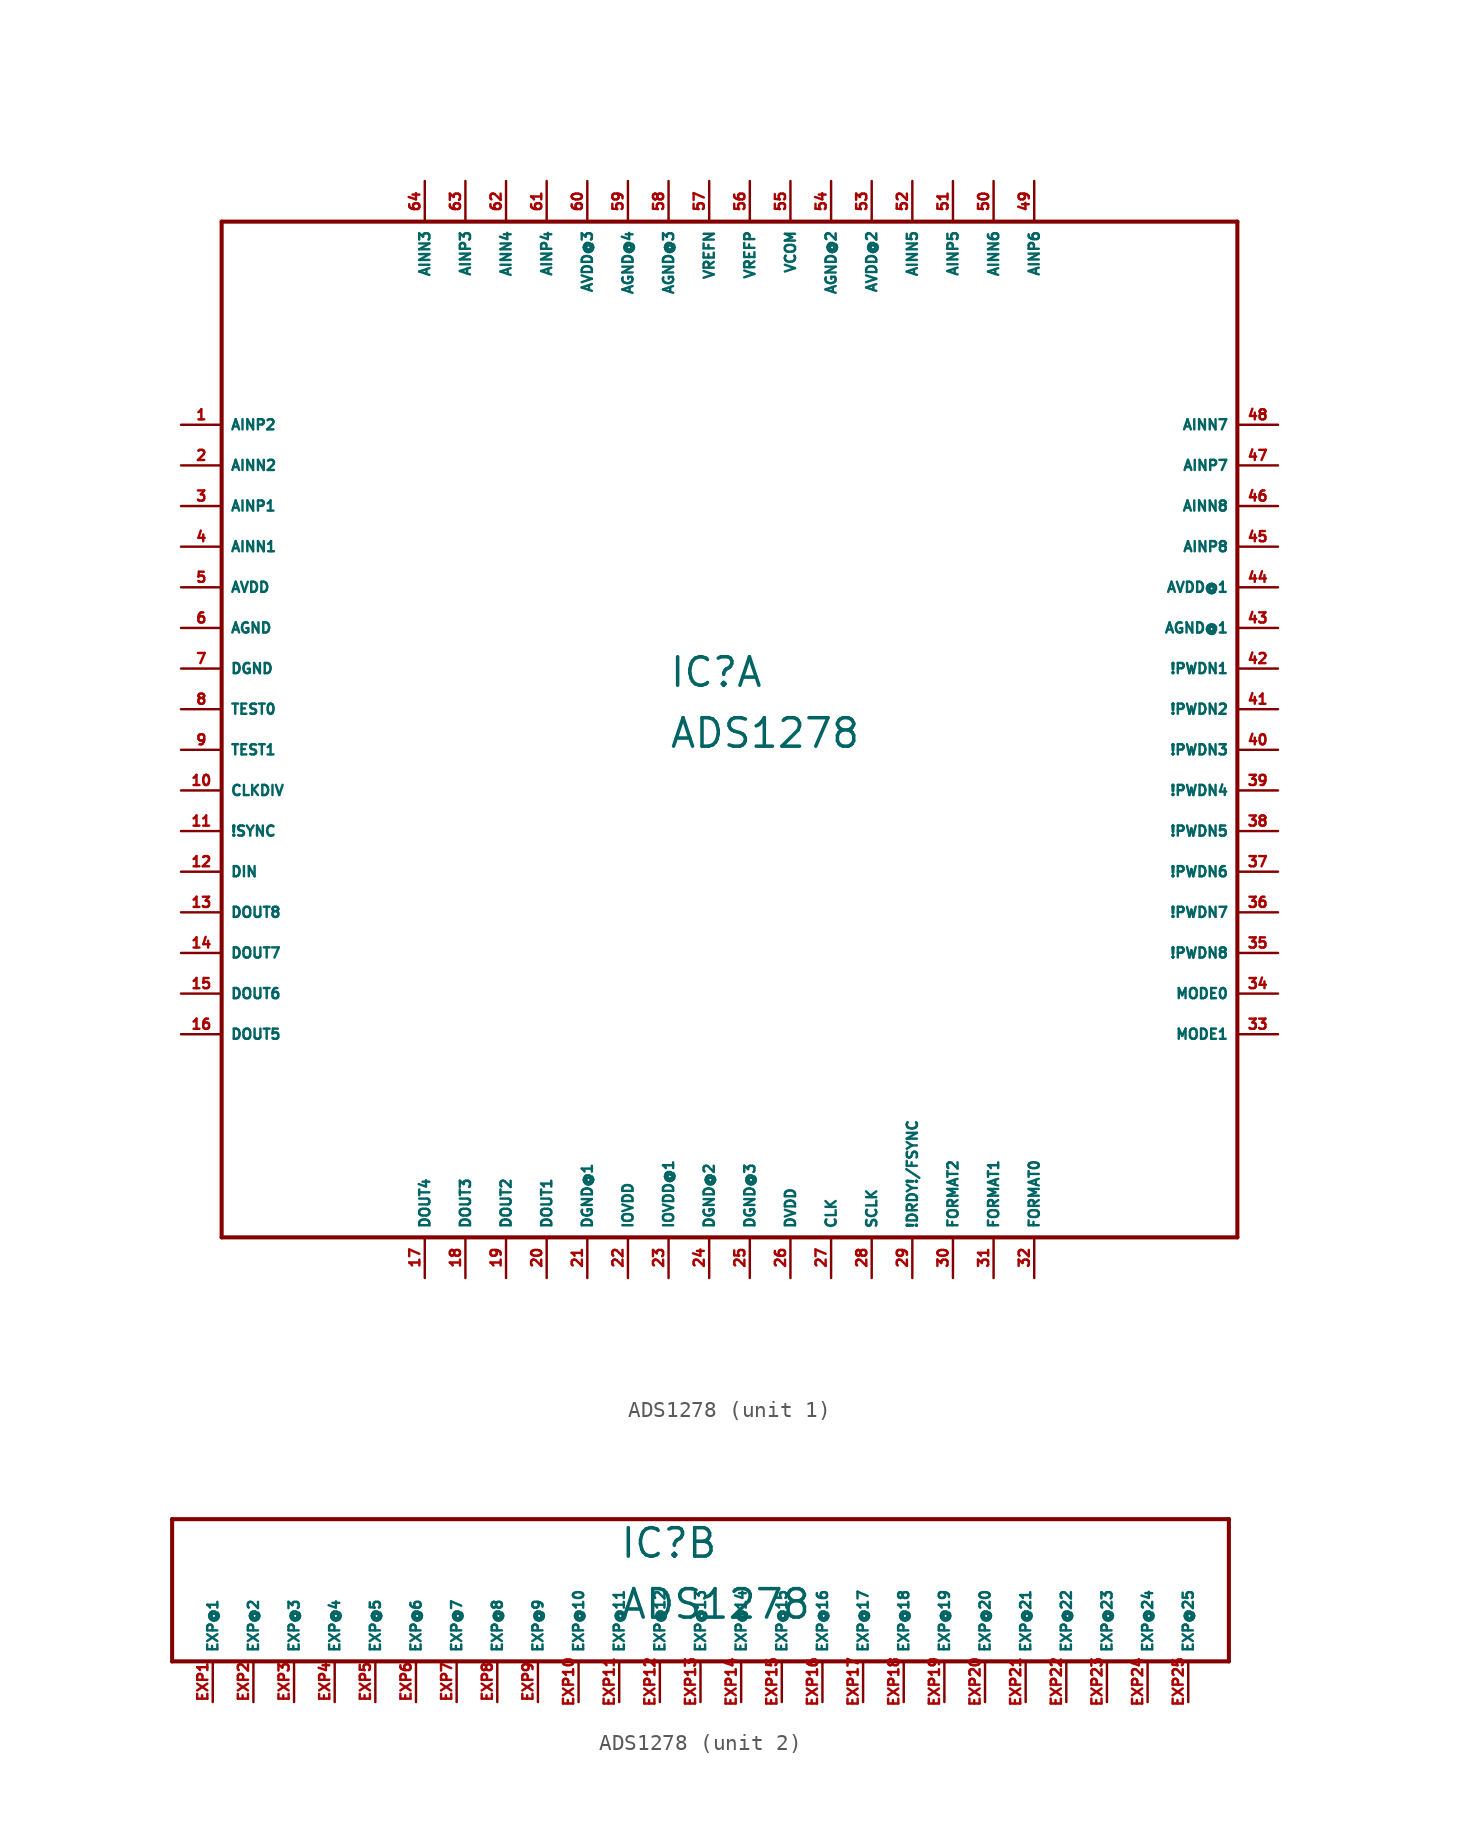
<source format=kicad_sym>
(kicad_symbol_lib
  (version 20220914)
  (generator Eagle2Kicad)
  (symbol "ADS1278"
    (property "Reference" "IC"
      (at -5.08 1.27 0)
      (effects (font (size 1.778 1.778) (thickness 0.22)) (justify left bottom)))
    (property "Value" "ADS1278"
      (at -5.08 -2.54 0)
      (effects (font (size 1.778 1.778) (thickness 0.22)) (justify left bottom)))
    (symbol "ADS1278_1_0"
      (polyline (pts (xy -33.02 -33.02) (xy 30.48 -33.02)) (stroke (width 0.254) (type default)) (fill (type none)))
      (polyline (pts (xy 30.48 -33.02) (xy 30.48 30.48)) (stroke (width 0.254) (type default)) (fill (type none)))
      (polyline (pts (xy 30.48 30.48) (xy -33.02 30.48)) (stroke (width 0.254) (type default)) (fill (type none)))
      (polyline (pts (xy -33.02 30.48) (xy -33.02 -33.02)) (stroke (width 0.254) (type default)) (fill (type none)))
      (pin input line (at -35.56 17.78 0) (length 2.54) (name "AINP2" (effects (font (size 0.635 0.635) (thickness 0.08)) (justify left bottom))) (number "1" (effects (font (size 0.635 0.635) (thickness 0.08)) (justify left bottom))))
      (pin input line (at -35.56 15.24 0) (length 2.54) (name "AINN2" (effects (font (size 0.635 0.635) (thickness 0.08)) (justify left bottom))) (number "2" (effects (font (size 0.635 0.635) (thickness 0.08)) (justify left bottom))))
      (pin input line (at -35.56 12.7 0) (length 2.54) (name "AINP1" (effects (font (size 0.635 0.635) (thickness 0.08)) (justify left bottom))) (number "3" (effects (font (size 0.635 0.635) (thickness 0.08)) (justify left bottom))))
      (pin input line (at -35.56 10.16 0) (length 2.54) (name "AINN1" (effects (font (size 0.635 0.635) (thickness 0.08)) (justify left bottom))) (number "4" (effects (font (size 0.635 0.635) (thickness 0.08)) (justify left bottom))))
      (pin unspecified line (at -35.56 7.62 0) (length 2.54) (name "AVDD" (effects (font (size 0.635 0.635) (thickness 0.08)) (justify left bottom))) (number "5" (effects (font (size 0.635 0.635) (thickness 0.08)) (justify left bottom))))
      (pin unspecified line (at -35.56 5.08 0) (length 2.54) (name "AGND" (effects (font (size 0.635 0.635) (thickness 0.08)) (justify left bottom))) (number "6" (effects (font (size 0.635 0.635) (thickness 0.08)) (justify left bottom))))
      (pin unspecified line (at -35.56 2.54 0) (length 2.54) (name "DGND" (effects (font (size 0.635 0.635) (thickness 0.08)) (justify left bottom))) (number "7" (effects (font (size 0.635 0.635) (thickness 0.08)) (justify left bottom))))
      (pin input line (at -35.56 0 0) (length 2.54) (name "TEST0" (effects (font (size 0.635 0.635) (thickness 0.08)) (justify left bottom))) (number "8" (effects (font (size 0.635 0.635) (thickness 0.08)) (justify left bottom))))
      (pin input line (at -35.56 -2.54 0) (length 2.54) (name "TEST1" (effects (font (size 0.635 0.635) (thickness 0.08)) (justify left bottom))) (number "9" (effects (font (size 0.635 0.635) (thickness 0.08)) (justify left bottom))))
      (pin input line (at -35.56 -5.08 0) (length 2.54) (name "CLKDIV" (effects (font (size 0.635 0.635) (thickness 0.08)) (justify left bottom))) (number "10" (effects (font (size 0.635 0.635) (thickness 0.08)) (justify left bottom))))
      (pin input line (at -35.56 -7.62 0) (length 2.54) (name "!SYNC" (effects (font (size 0.635 0.635) (thickness 0.08)) (justify left bottom))) (number "11" (effects (font (size 0.635 0.635) (thickness 0.08)) (justify left bottom))))
      (pin input line (at -35.56 -10.16 0) (length 2.54) (name "DIN" (effects (font (size 0.635 0.635) (thickness 0.08)) (justify left bottom))) (number "12" (effects (font (size 0.635 0.635) (thickness 0.08)) (justify left bottom))))
      (pin output line (at -35.56 -12.7 0) (length 2.54) (name "DOUT8" (effects (font (size 0.635 0.635) (thickness 0.08)) (justify left bottom))) (number "13" (effects (font (size 0.635 0.635) (thickness 0.08)) (justify left bottom))))
      (pin output line (at -35.56 -15.24 0) (length 2.54) (name "DOUT7" (effects (font (size 0.635 0.635) (thickness 0.08)) (justify left bottom))) (number "14" (effects (font (size 0.635 0.635) (thickness 0.08)) (justify left bottom))))
      (pin output line (at -35.56 -17.78 0) (length 2.54) (name "DOUT6" (effects (font (size 0.635 0.635) (thickness 0.08)) (justify left bottom))) (number "15" (effects (font (size 0.635 0.635) (thickness 0.08)) (justify left bottom))))
      (pin output line (at -35.56 -20.32 0) (length 2.54) (name "DOUT5" (effects (font (size 0.635 0.635) (thickness 0.08)) (justify left bottom))) (number "16" (effects (font (size 0.635 0.635) (thickness 0.08)) (justify left bottom))))
      (pin output line (at -20.32 -35.56 90) (length 2.54) (name "DOUT4" (effects (font (size 0.635 0.635) (thickness 0.08)) (justify left bottom))) (number "17" (effects (font (size 0.635 0.635) (thickness 0.08)) (justify left bottom))))
      (pin output line (at -17.78 -35.56 90) (length 2.54) (name "DOUT3" (effects (font (size 0.635 0.635) (thickness 0.08)) (justify left bottom))) (number "18" (effects (font (size 0.635 0.635) (thickness 0.08)) (justify left bottom))))
      (pin output line (at -15.24 -35.56 90) (length 2.54) (name "DOUT2" (effects (font (size 0.635 0.635) (thickness 0.08)) (justify left bottom))) (number "19" (effects (font (size 0.635 0.635) (thickness 0.08)) (justify left bottom))))
      (pin output line (at -12.7 -35.56 90) (length 2.54) (name "DOUT1" (effects (font (size 0.635 0.635) (thickness 0.08)) (justify left bottom))) (number "20" (effects (font (size 0.635 0.635) (thickness 0.08)) (justify left bottom))))
      (pin unspecified line (at -10.16 -35.56 90) (length 2.54) (name "DGND@1" (effects (font (size 0.635 0.635) (thickness 0.08)) (justify left bottom))) (number "21" (effects (font (size 0.635 0.635) (thickness 0.08)) (justify left bottom))))
      (pin unspecified line (at -7.62 -35.56 90) (length 2.54) (name "IOVDD" (effects (font (size 0.635 0.635) (thickness 0.08)) (justify left bottom))) (number "22" (effects (font (size 0.635 0.635) (thickness 0.08)) (justify left bottom))))
      (pin unspecified line (at -5.08 -35.56 90) (length 2.54) (name "IOVDD@1" (effects (font (size 0.635 0.635) (thickness 0.08)) (justify left bottom))) (number "23" (effects (font (size 0.635 0.635) (thickness 0.08)) (justify left bottom))))
      (pin unspecified line (at -2.54 -35.56 90) (length 2.54) (name "DGND@2" (effects (font (size 0.635 0.635) (thickness 0.08)) (justify left bottom))) (number "24" (effects (font (size 0.635 0.635) (thickness 0.08)) (justify left bottom))))
      (pin unspecified line (at 0 -35.56 90) (length 2.54) (name "DGND@3" (effects (font (size 0.635 0.635) (thickness 0.08)) (justify left bottom))) (number "25" (effects (font (size 0.635 0.635) (thickness 0.08)) (justify left bottom))))
      (pin unspecified line (at 2.54 -35.56 90) (length 2.54) (name "DVDD" (effects (font (size 0.635 0.635) (thickness 0.08)) (justify left bottom))) (number "26" (effects (font (size 0.635 0.635) (thickness 0.08)) (justify left bottom))))
      (pin input line (at 5.08 -35.56 90) (length 2.54) (name "CLK" (effects (font (size 0.635 0.635) (thickness 0.08)) (justify left bottom))) (number "27" (effects (font (size 0.635 0.635) (thickness 0.08)) (justify left bottom))))
      (pin bidirectional line (at 7.62 -35.56 90) (length 2.54) (name "SCLK" (effects (font (size 0.635 0.635) (thickness 0.08)) (justify left bottom))) (number "28" (effects (font (size 0.635 0.635) (thickness 0.08)) (justify left bottom))))
      (pin bidirectional line (at 10.16 -35.56 90) (length 2.54) (name "!DRDY!/FSYNC" (effects (font (size 0.635 0.635) (thickness 0.08)) (justify left bottom))) (number "29" (effects (font (size 0.635 0.635) (thickness 0.08)) (justify left bottom))))
      (pin input line (at 12.7 -35.56 90) (length 2.54) (name "FORMAT2" (effects (font (size 0.635 0.635) (thickness 0.08)) (justify left bottom))) (number "30" (effects (font (size 0.635 0.635) (thickness 0.08)) (justify left bottom))))
      (pin input line (at 15.24 -35.56 90) (length 2.54) (name "FORMAT1" (effects (font (size 0.635 0.635) (thickness 0.08)) (justify left bottom))) (number "31" (effects (font (size 0.635 0.635) (thickness 0.08)) (justify left bottom))))
      (pin input line (at 17.78 -35.56 90) (length 2.54) (name "FORMAT0" (effects (font (size 0.635 0.635) (thickness 0.08)) (justify left bottom))) (number "32" (effects (font (size 0.635 0.635) (thickness 0.08)) (justify left bottom))))
      (pin input line (at 33.02 -20.32 180) (length 2.54) (name "MODE1" (effects (font (size 0.635 0.635) (thickness 0.08)) (justify left bottom))) (number "33" (effects (font (size 0.635 0.635) (thickness 0.08)) (justify left bottom))))
      (pin input line (at 33.02 -17.78 180) (length 2.54) (name "MODE0" (effects (font (size 0.635 0.635) (thickness 0.08)) (justify left bottom))) (number "34" (effects (font (size 0.635 0.635) (thickness 0.08)) (justify left bottom))))
      (pin input line (at 33.02 -15.24 180) (length 2.54) (name "!PWDN8" (effects (font (size 0.635 0.635) (thickness 0.08)) (justify left bottom))) (number "35" (effects (font (size 0.635 0.635) (thickness 0.08)) (justify left bottom))))
      (pin input line (at 33.02 -12.7 180) (length 2.54) (name "!PWDN7" (effects (font (size 0.635 0.635) (thickness 0.08)) (justify left bottom))) (number "36" (effects (font (size 0.635 0.635) (thickness 0.08)) (justify left bottom))))
      (pin input line (at 33.02 -10.16 180) (length 2.54) (name "!PWDN6" (effects (font (size 0.635 0.635) (thickness 0.08)) (justify left bottom))) (number "37" (effects (font (size 0.635 0.635) (thickness 0.08)) (justify left bottom))))
      (pin input line (at 33.02 -7.62 180) (length 2.54) (name "!PWDN5" (effects (font (size 0.635 0.635) (thickness 0.08)) (justify left bottom))) (number "38" (effects (font (size 0.635 0.635) (thickness 0.08)) (justify left bottom))))
      (pin input line (at 33.02 -5.08 180) (length 2.54) (name "!PWDN4" (effects (font (size 0.635 0.635) (thickness 0.08)) (justify left bottom))) (number "39" (effects (font (size 0.635 0.635) (thickness 0.08)) (justify left bottom))))
      (pin input line (at 33.02 -2.54 180) (length 2.54) (name "!PWDN3" (effects (font (size 0.635 0.635) (thickness 0.08)) (justify left bottom))) (number "40" (effects (font (size 0.635 0.635) (thickness 0.08)) (justify left bottom))))
      (pin input line (at 33.02 0 180) (length 2.54) (name "!PWDN2" (effects (font (size 0.635 0.635) (thickness 0.08)) (justify left bottom))) (number "41" (effects (font (size 0.635 0.635) (thickness 0.08)) (justify left bottom))))
      (pin input line (at 33.02 2.54 180) (length 2.54) (name "!PWDN1" (effects (font (size 0.635 0.635) (thickness 0.08)) (justify left bottom))) (number "42" (effects (font (size 0.635 0.635) (thickness 0.08)) (justify left bottom))))
      (pin unspecified line (at 33.02 5.08 180) (length 2.54) (name "AGND@1" (effects (font (size 0.635 0.635) (thickness 0.08)) (justify left bottom))) (number "43" (effects (font (size 0.635 0.635) (thickness 0.08)) (justify left bottom))))
      (pin unspecified line (at 33.02 7.62 180) (length 2.54) (name "AVDD@1" (effects (font (size 0.635 0.635) (thickness 0.08)) (justify left bottom))) (number "44" (effects (font (size 0.635 0.635) (thickness 0.08)) (justify left bottom))))
      (pin input line (at 33.02 10.16 180) (length 2.54) (name "AINP8" (effects (font (size 0.635 0.635) (thickness 0.08)) (justify left bottom))) (number "45" (effects (font (size 0.635 0.635) (thickness 0.08)) (justify left bottom))))
      (pin input line (at 33.02 12.7 180) (length 2.54) (name "AINN8" (effects (font (size 0.635 0.635) (thickness 0.08)) (justify left bottom))) (number "46" (effects (font (size 0.635 0.635) (thickness 0.08)) (justify left bottom))))
      (pin input line (at 33.02 15.24 180) (length 2.54) (name "AINP7" (effects (font (size 0.635 0.635) (thickness 0.08)) (justify left bottom))) (number "47" (effects (font (size 0.635 0.635) (thickness 0.08)) (justify left bottom))))
      (pin input line (at 33.02 17.78 180) (length 2.54) (name "AINN7" (effects (font (size 0.635 0.635) (thickness 0.08)) (justify left bottom))) (number "48" (effects (font (size 0.635 0.635) (thickness 0.08)) (justify left bottom))))
      (pin input line (at 17.78 33.02 270) (length 2.54) (name "AINP6" (effects (font (size 0.635 0.635) (thickness 0.08)) (justify left bottom))) (number "49" (effects (font (size 0.635 0.635) (thickness 0.08)) (justify left bottom))))
      (pin input line (at 15.24 33.02 270) (length 2.54) (name "AINN6" (effects (font (size 0.635 0.635) (thickness 0.08)) (justify left bottom))) (number "50" (effects (font (size 0.635 0.635) (thickness 0.08)) (justify left bottom))))
      (pin input line (at 12.7 33.02 270) (length 2.54) (name "AINP5" (effects (font (size 0.635 0.635) (thickness 0.08)) (justify left bottom))) (number "51" (effects (font (size 0.635 0.635) (thickness 0.08)) (justify left bottom))))
      (pin input line (at 10.16 33.02 270) (length 2.54) (name "AINN5" (effects (font (size 0.635 0.635) (thickness 0.08)) (justify left bottom))) (number "52" (effects (font (size 0.635 0.635) (thickness 0.08)) (justify left bottom))))
      (pin unspecified line (at 7.62 33.02 270) (length 2.54) (name "AVDD@2" (effects (font (size 0.635 0.635) (thickness 0.08)) (justify left bottom))) (number "53" (effects (font (size 0.635 0.635) (thickness 0.08)) (justify left bottom))))
      (pin unspecified line (at 5.08 33.02 270) (length 2.54) (name "AGND@2" (effects (font (size 0.635 0.635) (thickness 0.08)) (justify left bottom))) (number "54" (effects (font (size 0.635 0.635) (thickness 0.08)) (justify left bottom))))
      (pin output line (at 2.54 33.02 270) (length 2.54) (name "VCOM" (effects (font (size 0.635 0.635) (thickness 0.08)) (justify left bottom))) (number "55" (effects (font (size 0.635 0.635) (thickness 0.08)) (justify left bottom))))
      (pin input line (at 0 33.02 270) (length 2.54) (name "VREFP" (effects (font (size 0.635 0.635) (thickness 0.08)) (justify left bottom))) (number "56" (effects (font (size 0.635 0.635) (thickness 0.08)) (justify left bottom))))
      (pin input line (at -2.54 33.02 270) (length 2.54) (name "VREFN" (effects (font (size 0.635 0.635) (thickness 0.08)) (justify left bottom))) (number "57" (effects (font (size 0.635 0.635) (thickness 0.08)) (justify left bottom))))
      (pin unspecified line (at -5.08 33.02 270) (length 2.54) (name "AGND@3" (effects (font (size 0.635 0.635) (thickness 0.08)) (justify left bottom))) (number "58" (effects (font (size 0.635 0.635) (thickness 0.08)) (justify left bottom))))
      (pin unspecified line (at -7.62 33.02 270) (length 2.54) (name "AGND@4" (effects (font (size 0.635 0.635) (thickness 0.08)) (justify left bottom))) (number "59" (effects (font (size 0.635 0.635) (thickness 0.08)) (justify left bottom))))
      (pin unspecified line (at -10.16 33.02 270) (length 2.54) (name "AVDD@3" (effects (font (size 0.635 0.635) (thickness 0.08)) (justify left bottom))) (number "60" (effects (font (size 0.635 0.635) (thickness 0.08)) (justify left bottom))))
      (pin input line (at -12.7 33.02 270) (length 2.54) (name "AINP4" (effects (font (size 0.635 0.635) (thickness 0.08)) (justify left bottom))) (number "61" (effects (font (size 0.635 0.635) (thickness 0.08)) (justify left bottom))))
      (pin input line (at -15.24 33.02 270) (length 2.54) (name "AINN4" (effects (font (size 0.635 0.635) (thickness 0.08)) (justify left bottom))) (number "62" (effects (font (size 0.635 0.635) (thickness 0.08)) (justify left bottom))))
      (pin input line (at -17.78 33.02 270) (length 2.54) (name "AINP3" (effects (font (size 0.635 0.635) (thickness 0.08)) (justify left bottom))) (number "63" (effects (font (size 0.635 0.635) (thickness 0.08)) (justify left bottom))))
      (pin input line (at -20.32 33.02 270) (length 2.54) (name "AINN3" (effects (font (size 0.635 0.635) (thickness 0.08)) (justify left bottom))) (number "64" (effects (font (size 0.635 0.635) (thickness 0.08)) (justify left bottom)))))
    (symbol "ADS1278_2_0"
      (polyline (pts (xy -33.02 -5.08) (xy -33.02 3.81)) (stroke (width 0.254) (type default)) (fill (type none)))
      (polyline (pts (xy -33.02 3.81) (xy 33.02 3.81)) (stroke (width 0.254) (type default)) (fill (type none)))
      (polyline (pts (xy 33.02 3.81) (xy 33.02 -5.08)) (stroke (width 0.254) (type default)) (fill (type none)))
      (polyline (pts (xy 33.02 -5.08) (xy -33.02 -5.08)) (stroke (width 0.254) (type default)) (fill (type none)))
      (pin passive line (at -30.48 -7.62 90) (length 2.54) (name "EXP@1" (effects (font (size 0.635 0.635) (thickness 0.08)) (justify left bottom))) (number "EXP1" (effects (font (size 0.635 0.635) (thickness 0.08)) (justify left bottom))))
      (pin passive line (at -27.94 -7.62 90) (length 2.54) (name "EXP@2" (effects (font (size 0.635 0.635) (thickness 0.08)) (justify left bottom))) (number "EXP2" (effects (font (size 0.635 0.635) (thickness 0.08)) (justify left bottom))))
      (pin passive line (at -25.4 -7.62 90) (length 2.54) (name "EXP@3" (effects (font (size 0.635 0.635) (thickness 0.08)) (justify left bottom))) (number "EXP3" (effects (font (size 0.635 0.635) (thickness 0.08)) (justify left bottom))))
      (pin passive line (at -22.86 -7.62 90) (length 2.54) (name "EXP@4" (effects (font (size 0.635 0.635) (thickness 0.08)) (justify left bottom))) (number "EXP4" (effects (font (size 0.635 0.635) (thickness 0.08)) (justify left bottom))))
      (pin passive line (at -20.32 -7.62 90) (length 2.54) (name "EXP@5" (effects (font (size 0.635 0.635) (thickness 0.08)) (justify left bottom))) (number "EXP5" (effects (font (size 0.635 0.635) (thickness 0.08)) (justify left bottom))))
      (pin passive line (at -17.78 -7.62 90) (length 2.54) (name "EXP@6" (effects (font (size 0.635 0.635) (thickness 0.08)) (justify left bottom))) (number "EXP6" (effects (font (size 0.635 0.635) (thickness 0.08)) (justify left bottom))))
      (pin passive line (at -15.24 -7.62 90) (length 2.54) (name "EXP@7" (effects (font (size 0.635 0.635) (thickness 0.08)) (justify left bottom))) (number "EXP7" (effects (font (size 0.635 0.635) (thickness 0.08)) (justify left bottom))))
      (pin passive line (at -12.7 -7.62 90) (length 2.54) (name "EXP@8" (effects (font (size 0.635 0.635) (thickness 0.08)) (justify left bottom))) (number "EXP8" (effects (font (size 0.635 0.635) (thickness 0.08)) (justify left bottom))))
      (pin passive line (at -10.16 -7.62 90) (length 2.54) (name "EXP@9" (effects (font (size 0.635 0.635) (thickness 0.08)) (justify left bottom))) (number "EXP9" (effects (font (size 0.635 0.635) (thickness 0.08)) (justify left bottom))))
      (pin passive line (at -7.62 -7.62 90) (length 2.54) (name "EXP@10" (effects (font (size 0.635 0.635) (thickness 0.08)) (justify left bottom))) (number "EXP10" (effects (font (size 0.635 0.635) (thickness 0.08)) (justify left bottom))))
      (pin passive line (at -5.08 -7.62 90) (length 2.54) (name "EXP@11" (effects (font (size 0.635 0.635) (thickness 0.08)) (justify left bottom))) (number "EXP11" (effects (font (size 0.635 0.635) (thickness 0.08)) (justify left bottom))))
      (pin passive line (at -2.54 -7.62 90) (length 2.54) (name "EXP@12" (effects (font (size 0.635 0.635) (thickness 0.08)) (justify left bottom))) (number "EXP12" (effects (font (size 0.635 0.635) (thickness 0.08)) (justify left bottom))))
      (pin passive line (at 0 -7.62 90) (length 2.54) (name "EXP@13" (effects (font (size 0.635 0.635) (thickness 0.08)) (justify left bottom))) (number "EXP13" (effects (font (size 0.635 0.635) (thickness 0.08)) (justify left bottom))))
      (pin passive line (at 2.54 -7.62 90) (length 2.54) (name "EXP@14" (effects (font (size 0.635 0.635) (thickness 0.08)) (justify left bottom))) (number "EXP14" (effects (font (size 0.635 0.635) (thickness 0.08)) (justify left bottom))))
      (pin passive line (at 5.08 -7.62 90) (length 2.54) (name "EXP@15" (effects (font (size 0.635 0.635) (thickness 0.08)) (justify left bottom))) (number "EXP15" (effects (font (size 0.635 0.635) (thickness 0.08)) (justify left bottom))))
      (pin passive line (at 7.62 -7.62 90) (length 2.54) (name "EXP@16" (effects (font (size 0.635 0.635) (thickness 0.08)) (justify left bottom))) (number "EXP16" (effects (font (size 0.635 0.635) (thickness 0.08)) (justify left bottom))))
      (pin passive line (at 10.16 -7.62 90) (length 2.54) (name "EXP@17" (effects (font (size 0.635 0.635) (thickness 0.08)) (justify left bottom))) (number "EXP17" (effects (font (size 0.635 0.635) (thickness 0.08)) (justify left bottom))))
      (pin passive line (at 12.7 -7.62 90) (length 2.54) (name "EXP@18" (effects (font (size 0.635 0.635) (thickness 0.08)) (justify left bottom))) (number "EXP18" (effects (font (size 0.635 0.635) (thickness 0.08)) (justify left bottom))))
      (pin passive line (at 15.24 -7.62 90) (length 2.54) (name "EXP@19" (effects (font (size 0.635 0.635) (thickness 0.08)) (justify left bottom))) (number "EXP19" (effects (font (size 0.635 0.635) (thickness 0.08)) (justify left bottom))))
      (pin passive line (at 17.78 -7.62 90) (length 2.54) (name "EXP@20" (effects (font (size 0.635 0.635) (thickness 0.08)) (justify left bottom))) (number "EXP20" (effects (font (size 0.635 0.635) (thickness 0.08)) (justify left bottom))))
      (pin passive line (at 20.32 -7.62 90) (length 2.54) (name "EXP@21" (effects (font (size 0.635 0.635) (thickness 0.08)) (justify left bottom))) (number "EXP21" (effects (font (size 0.635 0.635) (thickness 0.08)) (justify left bottom))))
      (pin passive line (at 22.86 -7.62 90) (length 2.54) (name "EXP@22" (effects (font (size 0.635 0.635) (thickness 0.08)) (justify left bottom))) (number "EXP22" (effects (font (size 0.635 0.635) (thickness 0.08)) (justify left bottom))))
      (pin passive line (at 25.4 -7.62 90) (length 2.54) (name "EXP@23" (effects (font (size 0.635 0.635) (thickness 0.08)) (justify left bottom))) (number "EXP23" (effects (font (size 0.635 0.635) (thickness 0.08)) (justify left bottom))))
      (pin passive line (at 27.94 -7.62 90) (length 2.54) (name "EXP@24" (effects (font (size 0.635 0.635) (thickness 0.08)) (justify left bottom))) (number "EXP24" (effects (font (size 0.635 0.635) (thickness 0.08)) (justify left bottom))))
      (pin passive line (at 30.48 -7.62 90) (length 2.54) (name "EXP@25" (effects (font (size 0.635 0.635) (thickness 0.08)) (justify left bottom))) (number "EXP25" (effects (font (size 0.635 0.635) (thickness 0.08)) (justify left bottom)))))))
</source>
